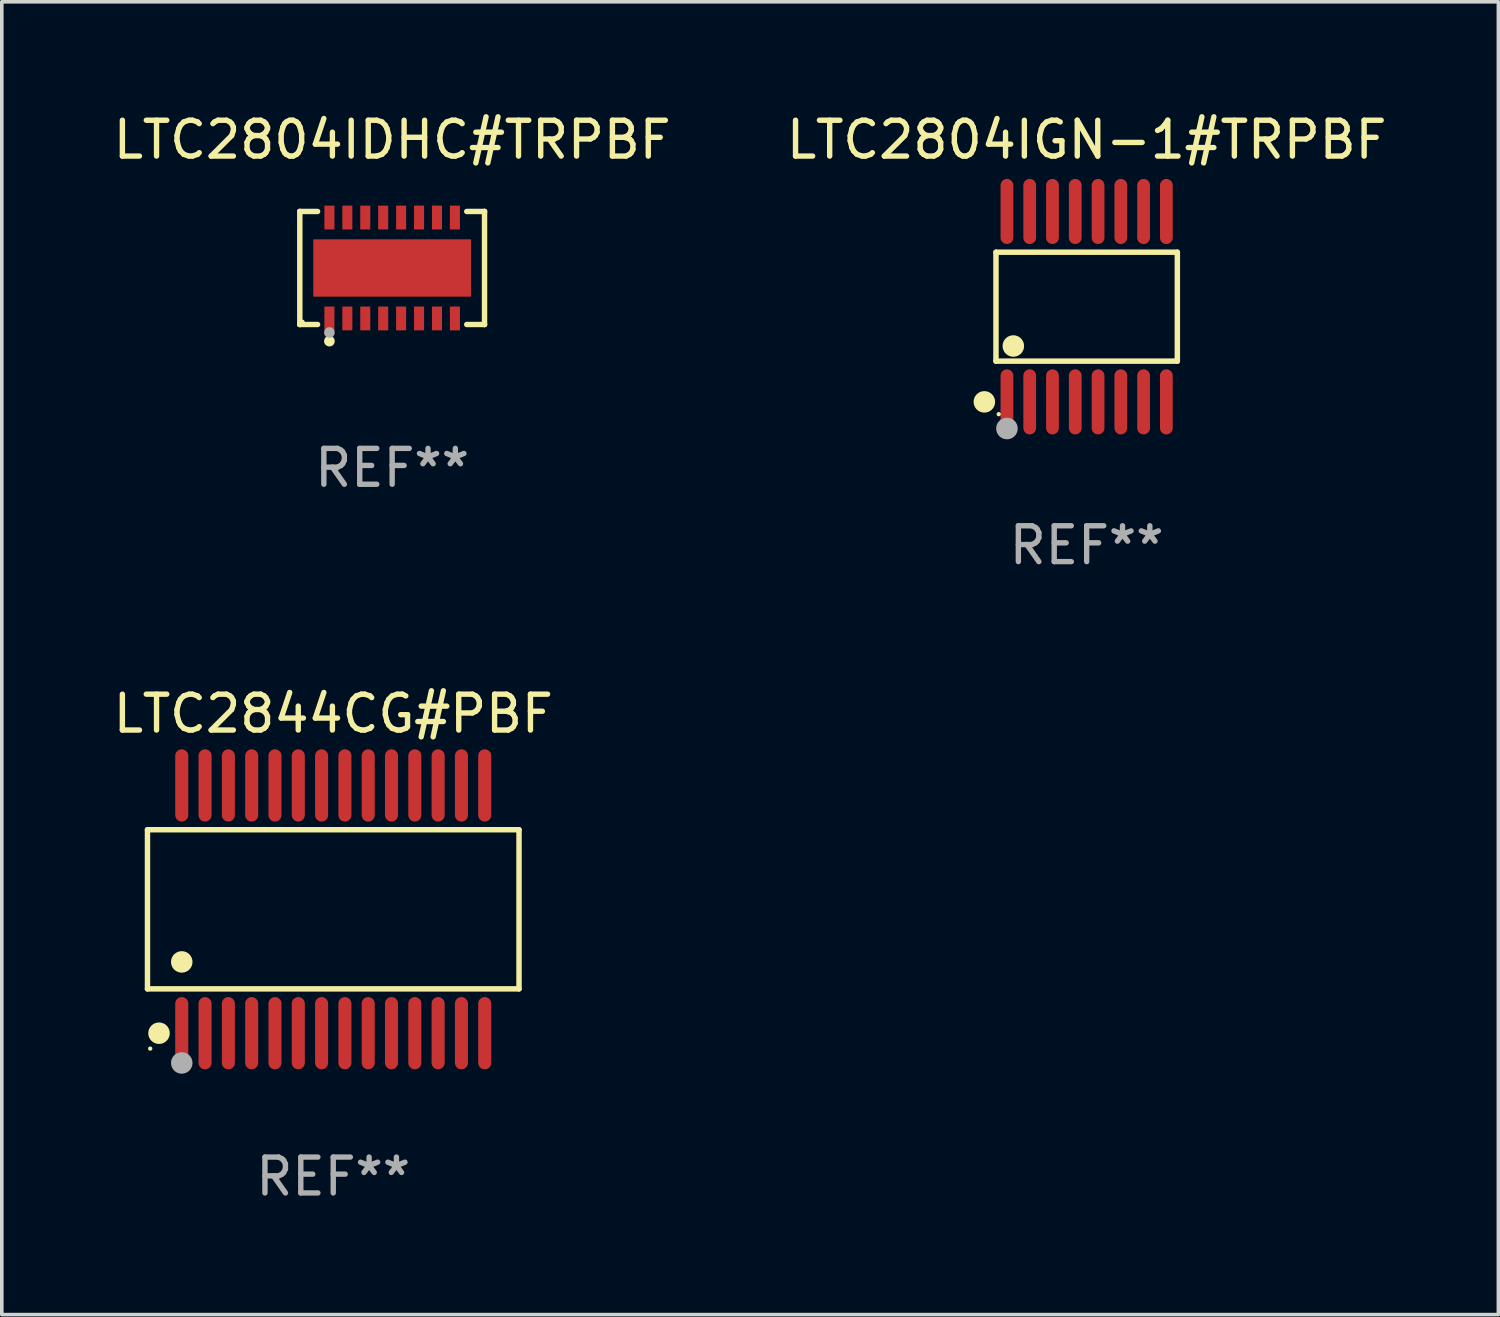
<source format=kicad_pcb>
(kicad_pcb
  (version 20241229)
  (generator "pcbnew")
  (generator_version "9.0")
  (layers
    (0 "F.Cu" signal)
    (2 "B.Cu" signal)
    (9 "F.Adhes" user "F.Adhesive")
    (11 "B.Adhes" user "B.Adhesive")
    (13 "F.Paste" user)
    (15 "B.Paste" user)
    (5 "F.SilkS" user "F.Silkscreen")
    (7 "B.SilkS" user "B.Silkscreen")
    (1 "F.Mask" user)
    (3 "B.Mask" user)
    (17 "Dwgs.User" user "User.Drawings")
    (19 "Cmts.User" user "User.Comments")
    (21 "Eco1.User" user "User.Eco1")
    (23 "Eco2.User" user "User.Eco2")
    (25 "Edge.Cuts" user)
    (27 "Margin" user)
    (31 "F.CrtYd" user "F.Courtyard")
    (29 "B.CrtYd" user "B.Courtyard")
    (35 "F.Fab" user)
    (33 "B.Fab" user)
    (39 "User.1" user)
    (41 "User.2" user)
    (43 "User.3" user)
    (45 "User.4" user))
  (footprint "LTC2804IGN-1#TRPBF"
    (layer "F.Cu")
    (at 27.256 5.503)
    (property "Reference" "LTC2804IGN-1#TRPBF" (at 0 -4.655 0) (layer "F.SilkS") (effects (font (size 1 1) (thickness 0.15))))
    (attr through_hole)
    (fp_line (start -2.529 -1.519) (end 2.529 -1.519) (stroke (width 0.152) (type solid)) (layer "F.SilkS"))
    (fp_line (start -2.529 1.519) (end -2.529 -1.519) (stroke (width 0.152) (type solid)) (layer "F.SilkS"))
    (fp_line (start 2.529 -1.519) (end 2.529 1.519) (stroke (width 0.152) (type solid)) (layer "F.SilkS"))
    (fp_line (start 2.529 1.519) (end -2.529 1.519) (stroke (width 0.152) (type solid)) (layer "F.SilkS"))
    (fp_circle (center -2.853 2.655) (end -2.703 2.655) (stroke (width 0.3) (type solid)) (fill no) (layer "F.SilkS"))
    (fp_circle (center -2.453 2.998) (end -2.423 2.998) (stroke (width 0.06) (type solid)) (fill no) (layer "F.SilkS"))
    (fp_circle (center -2.045 1.097) (end -1.895 1.097) (stroke (width 0.3) (type solid)) (fill no) (layer "F.SilkS"))
    (fp_circle (center -2.223 3.398) (end -2.072 3.398) (stroke (width 0.3) (type solid)) (fill no) (layer "F.Fab"))
    (fp_text user "REF**" (at 0 6.655 0) (layer "F.Fab") (effects (font (size 1 1) (thickness 0.15))))
    (pad "1" smd oval (at -2.223 2.655) (size 0.356 1.815) (layers "F.Cu" "F.Mask" "F.Paste"))
    (pad "2" smd oval (at -1.588 2.655) (size 0.356 1.815) (layers "F.Cu" "F.Mask" "F.Paste"))
    (pad "3" smd oval (at -0.953 2.655) (size 0.356 1.815) (layers "F.Cu" "F.Mask" "F.Paste"))
    (pad "4" smd oval (at -0.318 2.655) (size 0.356 1.815) (layers "F.Cu" "F.Mask" "F.Paste"))
    (pad "5" smd oval (at 0.318 2.655) (size 0.356 1.815) (layers "F.Cu" "F.Mask" "F.Paste"))
    (pad "6" smd oval (at 0.953 2.655) (size 0.356 1.815) (layers "F.Cu" "F.Mask" "F.Paste"))
    (pad "7" smd oval (at 1.588 2.655) (size 0.356 1.815) (layers "F.Cu" "F.Mask" "F.Paste"))
    (pad "8" smd oval (at 2.223 2.655) (size 0.356 1.815) (layers "F.Cu" "F.Mask" "F.Paste"))
    (pad "9" smd oval (at 2.223 -2.655) (size 0.356 1.815) (layers "F.Cu" "F.Mask" "F.Paste"))
    (pad "10" smd oval (at 1.588 -2.655) (size 0.356 1.815) (layers "F.Cu" "F.Mask" "F.Paste"))
    (pad "11" smd oval (at 0.953 -2.655) (size 0.356 1.815) (layers "F.Cu" "F.Mask" "F.Paste"))
    (pad "12" smd oval (at 0.318 -2.655) (size 0.356 1.815) (layers "F.Cu" "F.Mask" "F.Paste"))
    (pad "13" smd oval (at -0.318 -2.655) (size 0.356 1.815) (layers "F.Cu" "F.Mask" "F.Paste"))
    (pad "14" smd oval (at -0.953 -2.655) (size 0.356 1.815) (layers "F.Cu" "F.Mask" "F.Paste"))
    (pad "15" smd oval (at -1.588 -2.655) (size 0.356 1.815) (layers "F.Cu" "F.Mask" "F.Paste"))
    (pad "16" smd oval (at -2.223 -2.655) (size 0.356 1.815) (layers "F.Cu" "F.Mask" "F.Paste")))
  (footprint "LTC2804IDHC#TRPBF"
    (layer "F.Cu")
    (at 7.887 4.424)
    (property "Reference" "LTC2804IDHC#TRPBF" (at 0 -3.576 0) (layer "F.SilkS") (effects (font (size 1 1) (thickness 0.15))))
    (attr through_hole)
    (fp_line (start -2.576 -1.576) (end -2.576 -1.576) (stroke (width 0.152) (type solid)) (layer "F.SilkS"))
    (fp_line (start -2.576 -1.576) (end -2.08 -1.576) (stroke (width 0.152) (type solid)) (layer "F.SilkS"))
    (fp_line (start -2.576 1.576) (end -2.576 -1.576) (stroke (width 0.152) (type solid)) (layer "F.SilkS"))
    (fp_line (start -2.576 1.576) (end -2.576 1.576) (stroke (width 0.152) (type solid)) (layer "F.SilkS"))
    (fp_line (start -2.08 1.576) (end -2.576 1.576) (stroke (width 0.152) (type solid)) (layer "F.SilkS"))
    (fp_line (start 2.08 1.576) (end 2.576 1.576) (stroke (width 0.152) (type solid)) (layer "F.SilkS"))
    (fp_line (start 2.576 -1.576) (end 2.08 -1.576) (stroke (width 0.152) (type solid)) (layer "F.SilkS"))
    (fp_line (start 2.576 -1.576) (end 2.576 -1.576) (stroke (width 0.152) (type solid)) (layer "F.SilkS"))
    (fp_line (start 2.576 1.576) (end 2.576 -1.576) (stroke (width 0.152) (type solid)) (layer "F.SilkS"))
    (fp_line (start 2.576 1.576) (end 2.576 1.576) (stroke (width 0.152) (type solid)) (layer "F.SilkS"))
    (fp_circle (center -2.5 1.5) (end -2.47 1.5) (stroke (width 0.06) (type solid)) (fill no) (layer "F.SilkS"))
    (fp_circle (center -1.75 2.04) (end -1.675 2.04) (stroke (width 0.15) (type solid)) (fill no) (layer "F.SilkS"))
    (fp_circle (center -1.75 1.8) (end -1.675 1.8) (stroke (width 0.15) (type solid)) (fill no) (layer "F.Fab"))
    (fp_text user "REF**" (at 0 5.576 0) (layer "F.Fab") (effects (font (size 1 1) (thickness 0.15))))
    (pad "1" smd rect (at -1.75 1.407) (size 0.28 0.665) (layers "F.Cu" "F.Mask" "F.Paste"))
    (pad "2" smd rect (at -1.25 1.407) (size 0.28 0.665) (layers "F.Cu" "F.Mask" "F.Paste"))
    (pad "3" smd rect (at -0.75 1.407) (size 0.28 0.665) (layers "F.Cu" "F.Mask" "F.Paste"))
    (pad "4" smd rect (at -0.25 1.407) (size 0.28 0.665) (layers "F.Cu" "F.Mask" "F.Paste"))
    (pad "5" smd rect (at 0.25 1.407) (size 0.28 0.665) (layers "F.Cu" "F.Mask" "F.Paste"))
    (pad "6" smd rect (at 0.75 1.407) (size 0.28 0.665) (layers "F.Cu" "F.Mask" "F.Paste"))
    (pad "7" smd rect (at 1.25 1.407) (size 0.28 0.665) (layers "F.Cu" "F.Mask" "F.Paste"))
    (pad "8" smd rect (at 1.75 1.407) (size 0.28 0.665) (layers "F.Cu" "F.Mask" "F.Paste"))
    (pad "9" smd rect (at 1.75 -1.407) (size 0.28 0.665) (layers "F.Cu" "F.Mask" "F.Paste"))
    (pad "10" smd rect (at 1.25 -1.407) (size 0.28 0.665) (layers "F.Cu" "F.Mask" "F.Paste"))
    (pad "11" smd rect (at 0.75 -1.407) (size 0.28 0.665) (layers "F.Cu" "F.Mask" "F.Paste"))
    (pad "12" smd rect (at 0.25 -1.407) (size 0.28 0.665) (layers "F.Cu" "F.Mask" "F.Paste"))
    (pad "13" smd rect (at -0.25 -1.407) (size 0.28 0.665) (layers "F.Cu" "F.Mask" "F.Paste"))
    (pad "14" smd rect (at -0.75 -1.407) (size 0.28 0.665) (layers "F.Cu" "F.Mask" "F.Paste"))
    (pad "15" smd rect (at -1.25 -1.407) (size 0.28 0.665) (layers "F.Cu" "F.Mask" "F.Paste"))
    (pad "16" smd rect (at -1.75 -1.407) (size 0.28 0.665) (layers "F.Cu" "F.Mask" "F.Paste"))
    (pad "17" smd rect (at 0 0) (size 4.4 1.6) (layers "F.Cu" "F.Mask" "F.Paste")))
  (footprint "LTC2844CG#PBF"
    (layer "F.Cu")
    (at 6.244 22.31)
    (property "Reference" "LTC2844CG#PBF" (at 0 -5.455 0) (layer "F.SilkS") (effects (font (size 1 1) (thickness 0.15))))
    (attr through_hole)
    (fp_line (start -5.181 -2.219) (end 5.181 -2.219) (stroke (width 0.152) (type solid)) (layer "F.SilkS"))
    (fp_line (start -5.181 2.219) (end -5.181 -2.219) (stroke (width 0.152) (type solid)) (layer "F.SilkS"))
    (fp_line (start 5.181 -2.219) (end 5.181 2.219) (stroke (width 0.152) (type solid)) (layer "F.SilkS"))
    (fp_line (start 5.181 2.219) (end -5.181 2.219) (stroke (width 0.152) (type solid)) (layer "F.SilkS"))
    (fp_circle (center -5.105 3.885) (end -5.075 3.885) (stroke (width 0.06) (type solid)) (fill no) (layer "F.SilkS"))
    (fp_circle (center -4.859 3.455) (end -4.709 3.455) (stroke (width 0.3) (type solid)) (fill no) (layer "F.SilkS"))
    (fp_circle (center -4.225 1.467) (end -4.075 1.467) (stroke (width 0.3) (type solid)) (fill no) (layer "F.SilkS"))
    (fp_circle (center -4.225 4.285) (end -4.075 4.285) (stroke (width 0.3) (type solid)) (fill no) (layer "F.Fab"))
    (fp_text user "REF**" (at 0 7.455 0) (layer "F.Fab") (effects (font (size 1 1) (thickness 0.15))))
    (pad "1" smd oval (at -4.225 3.455) (size 0.364 2.015) (layers "F.Cu" "F.Mask" "F.Paste"))
    (pad "2" smd oval (at -3.575 3.455) (size 0.364 2.015) (layers "F.Cu" "F.Mask" "F.Paste"))
    (pad "3" smd oval (at -2.925 3.455) (size 0.364 2.015) (layers "F.Cu" "F.Mask" "F.Paste"))
    (pad "4" smd oval (at -2.275 3.455) (size 0.364 2.015) (layers "F.Cu" "F.Mask" "F.Paste"))
    (pad "5" smd oval (at -1.625 3.455) (size 0.364 2.015) (layers "F.Cu" "F.Mask" "F.Paste"))
    (pad "6" smd oval (at -0.975 3.455) (size 0.364 2.015) (layers "F.Cu" "F.Mask" "F.Paste"))
    (pad "7" smd oval (at -0.325 3.455) (size 0.364 2.015) (layers "F.Cu" "F.Mask" "F.Paste"))
    (pad "8" smd oval (at 0.325 3.455) (size 0.364 2.015) (layers "F.Cu" "F.Mask" "F.Paste"))
    (pad "9" smd oval (at 0.975 3.455) (size 0.364 2.015) (layers "F.Cu" "F.Mask" "F.Paste"))
    (pad "10" smd oval (at 1.625 3.455) (size 0.364 2.015) (layers "F.Cu" "F.Mask" "F.Paste"))
    (pad "11" smd oval (at 2.275 3.455) (size 0.364 2.015) (layers "F.Cu" "F.Mask" "F.Paste"))
    (pad "12" smd oval (at 2.925 3.455) (size 0.364 2.015) (layers "F.Cu" "F.Mask" "F.Paste"))
    (pad "13" smd oval (at 3.575 3.455) (size 0.364 2.015) (layers "F.Cu" "F.Mask" "F.Paste"))
    (pad "14" smd oval (at 4.225 3.455) (size 0.364 2.015) (layers "F.Cu" "F.Mask" "F.Paste"))
    (pad "15" smd oval (at 4.225 -3.455) (size 0.364 2.015) (layers "F.Cu" "F.Mask" "F.Paste"))
    (pad "16" smd oval (at 3.575 -3.455) (size 0.364 2.015) (layers "F.Cu" "F.Mask" "F.Paste"))
    (pad "17" smd oval (at 2.925 -3.455) (size 0.364 2.015) (layers "F.Cu" "F.Mask" "F.Paste"))
    (pad "18" smd oval (at 2.275 -3.455) (size 0.364 2.015) (layers "F.Cu" "F.Mask" "F.Paste"))
    (pad "19" smd oval (at 1.625 -3.455) (size 0.364 2.015) (layers "F.Cu" "F.Mask" "F.Paste"))
    (pad "20" smd oval (at 0.975 -3.455) (size 0.364 2.015) (layers "F.Cu" "F.Mask" "F.Paste"))
    (pad "21" smd oval (at 0.325 -3.455) (size 0.364 2.015) (layers "F.Cu" "F.Mask" "F.Paste"))
    (pad "22" smd oval (at -0.325 -3.455) (size 0.364 2.015) (layers "F.Cu" "F.Mask" "F.Paste"))
    (pad "23" smd oval (at -0.975 -3.455) (size 0.364 2.015) (layers "F.Cu" "F.Mask" "F.Paste"))
    (pad "24" smd oval (at -1.625 -3.455) (size 0.364 2.015) (layers "F.Cu" "F.Mask" "F.Paste"))
    (pad "25" smd oval (at -2.275 -3.455) (size 0.364 2.015) (layers "F.Cu" "F.Mask" "F.Paste"))
    (pad "26" smd oval (at -2.925 -3.455) (size 0.364 2.015) (layers "F.Cu" "F.Mask" "F.Paste"))
    (pad "27" smd oval (at -3.575 -3.455) (size 0.364 2.015) (layers "F.Cu" "F.Mask" "F.Paste"))
    (pad "28" smd oval (at -4.225 -3.455) (size 0.364 2.015) (layers "F.Cu" "F.Mask" "F.Paste")))
  (gr_rect
    (start -3 -3)
    (end 38.738 33.613)
    (stroke (width 0.1) (type default))
    (fill no)
    (layer "Edge.Cuts")))
</source>
